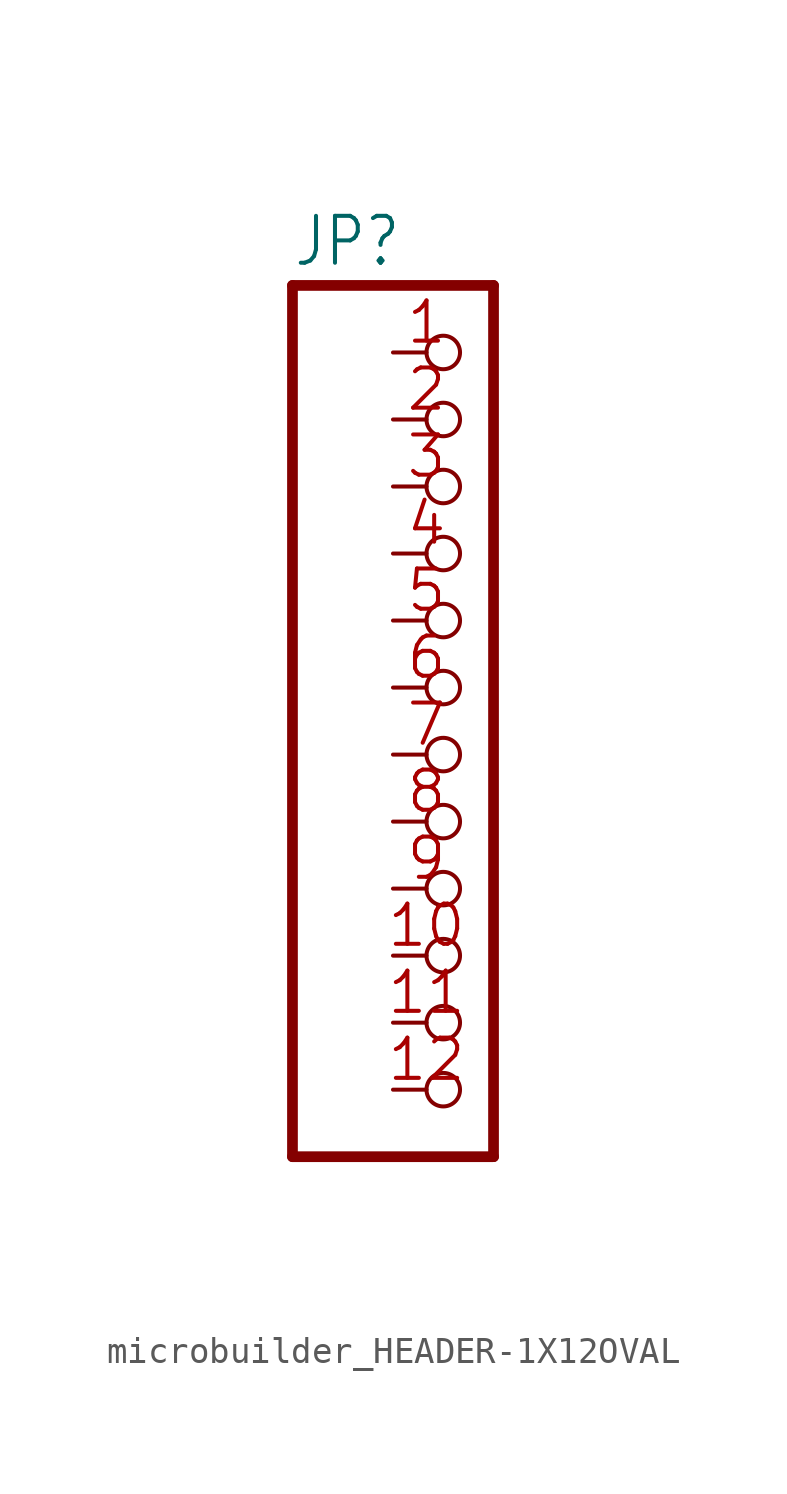
<source format=kicad_sym>
(kicad_symbol_lib
  (version 20241209)
  (generator "kicad_symbol_editor")
  (generator_version "9.0")
  (symbol "microbuilder_HEADER-1X12OVAL"
    (property "Reference" "JP"
      (at -6.35 18.415 0)
      (effects (font (size 1.778 1.511)) (justify left bottom)))
    (property "Value" ""
      (at -6.35 -17.78 0)
      (effects (font (size 1.778 1.511)) (justify left bottom)))
    (property "ki_locked" ""
      (at 0 0 0)
      (effects (font (size 1.27 1.27))))
    (symbol "microbuilder_HEADER-1X12OVAL_1_0"
      (polyline (pts (xy -6.35 17.78) (xy -6.35 -15.24)) (stroke (width 0.406) (type solid)) (fill (type none)))
      (polyline (pts (xy -6.35 -15.24) (xy 1.27 -15.24)) (stroke (width 0.406) (type solid)) (fill (type none)))
      (polyline (pts (xy 1.27 17.78) (xy -6.35 17.78)) (stroke (width 0.406) (type solid)) (fill (type none)))
      (polyline (pts (xy 1.27 -15.24) (xy 1.27 17.78)) (stroke (width 0.406) (type solid)) (fill (type none)))
      (pin passive inverted (at -2.54 15.24 0) (length 2.54) (name "1" (effects (font (size 0 0)))) (number "1" (effects (font (size 1.524 1.524)))))
      (pin passive inverted (at -2.54 12.7 0) (length 2.54) (name "2" (effects (font (size 0 0)))) (number "2" (effects (font (size 1.524 1.524)))))
      (pin passive inverted (at -2.54 10.16 0) (length 2.54) (name "3" (effects (font (size 0 0)))) (number "3" (effects (font (size 1.524 1.524)))))
      (pin passive inverted (at -2.54 7.62 0) (length 2.54) (name "4" (effects (font (size 0 0)))) (number "4" (effects (font (size 1.524 1.524)))))
      (pin passive inverted (at -2.54 5.08 0) (length 2.54) (name "5" (effects (font (size 0 0)))) (number "5" (effects (font (size 1.524 1.524)))))
      (pin passive inverted (at -2.54 2.54 0) (length 2.54) (name "6" (effects (font (size 0 0)))) (number "6" (effects (font (size 1.524 1.524)))))
      (pin passive inverted (at -2.54 0 0) (length 2.54) (name "7" (effects (font (size 0 0)))) (number "7" (effects (font (size 1.524 1.524)))))
      (pin passive inverted (at -2.54 -2.54 0) (length 2.54) (name "8" (effects (font (size 0 0)))) (number "8" (effects (font (size 1.524 1.524)))))
      (pin passive inverted (at -2.54 -5.08 0) (length 2.54) (name "9" (effects (font (size 0 0)))) (number "9" (effects (font (size 1.524 1.524)))))
      (pin passive inverted (at -2.54 -7.62 0) (length 2.54) (name "10" (effects (font (size 0 0)))) (number "10" (effects (font (size 1.524 1.524)))))
      (pin passive inverted (at -2.54 -10.16 0) (length 2.54) (name "11" (effects (font (size 0 0)))) (number "11" (effects (font (size 1.524 1.524)))))
      (pin passive inverted (at -2.54 -12.7 0) (length 2.54) (name "12" (effects (font (size 0 0)))) (number "12" (effects (font (size 1.524 1.524))))))))
</source>
